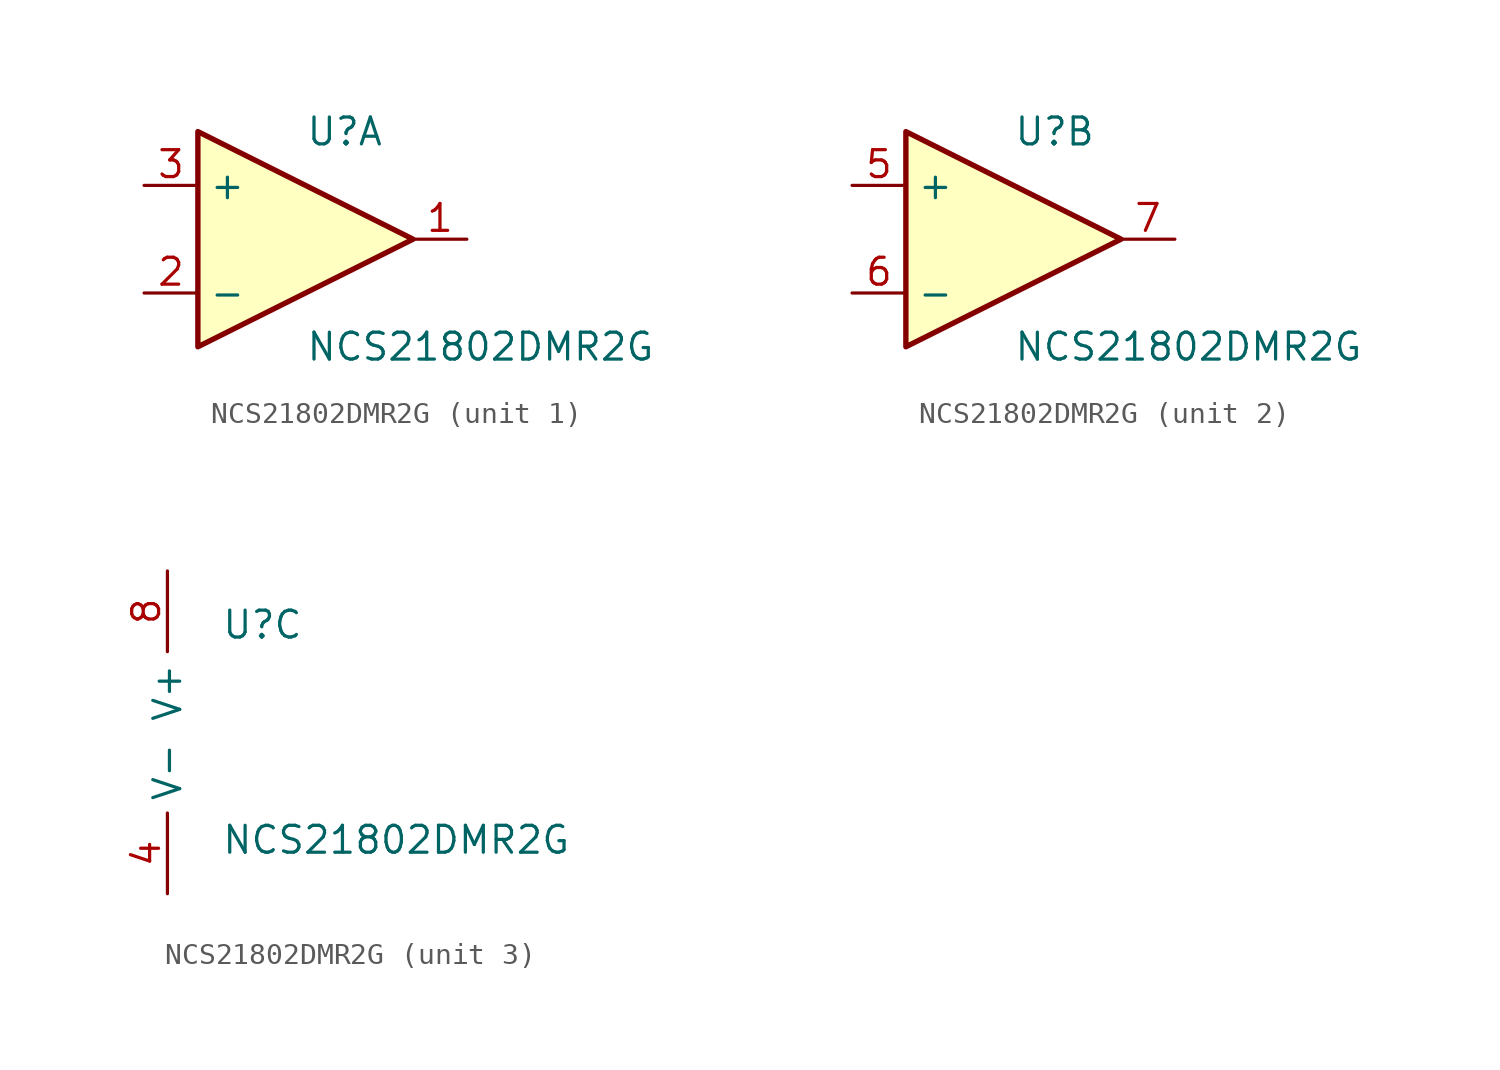
<source format=kicad_sym>
(kicad_symbol_lib
  (version 20231120)
  (generator "kicad_symbol_editor")
  (generator_version "8.0")
  (symbol "NCS21802DMR2G"
    (property "Reference" "U"
      (at 0 5.08 0)
      (effects (font (size 1.27 1.27)) (justify left)))
    (property "Value" "NCS21802DMR2G"
      (at 0 -5.08 0)
      (effects (font (size 1.27 1.27)) (justify left)))
    (property "ki_locked" ""
      (at 0 0 0)
      (effects (font (size 1.27 1.27))))
    (symbol "NCS21802DMR2G_1_1"
      (polyline (pts (xy -5.08 5.08) (xy 5.08 0) (xy -5.08 -5.08) (xy -5.08 5.08)) (stroke (width 0.254) (type default)) (fill (type background)))
      (pin output line (at 7.62 0 180) (length 2.54) (name "~" (effects (font (size 1.27 1.27)))) (number "1" (effects (font (size 1.27 1.27)))))
      (pin input line (at -7.62 -2.54 0) (length 2.54) (name "-" (effects (font (size 1.27 1.27)))) (number "2" (effects (font (size 1.27 1.27)))))
      (pin input line (at -7.62 2.54 0) (length 2.54) (name "+" (effects (font (size 1.27 1.27)))) (number "3" (effects (font (size 1.27 1.27))))))
    (symbol "NCS21802DMR2G_2_1"
      (polyline (pts (xy -5.08 5.08) (xy 5.08 0) (xy -5.08 -5.08) (xy -5.08 5.08)) (stroke (width 0.254) (type default)) (fill (type background)))
      (pin input line (at -7.62 2.54 0) (length 2.54) (name "+" (effects (font (size 1.27 1.27)))) (number "5" (effects (font (size 1.27 1.27)))))
      (pin input line (at -7.62 -2.54 0) (length 2.54) (name "-" (effects (font (size 1.27 1.27)))) (number "6" (effects (font (size 1.27 1.27)))))
      (pin output line (at 7.62 0 180) (length 2.54) (name "~" (effects (font (size 1.27 1.27)))) (number "7" (effects (font (size 1.27 1.27))))))
    (symbol "NCS21802DMR2G_3_1"
      (pin power_in line (at -2.54 -7.62 90) (length 3.81) (name "V-" (effects (font (size 1.27 1.27)))) (number "4" (effects (font (size 1.27 1.27)))))
      (pin power_in line (at -2.54 7.62 270) (length 3.81) (name "V+" (effects (font (size 1.27 1.27)))) (number "8" (effects (font (size 1.27 1.27))))))))
</source>
